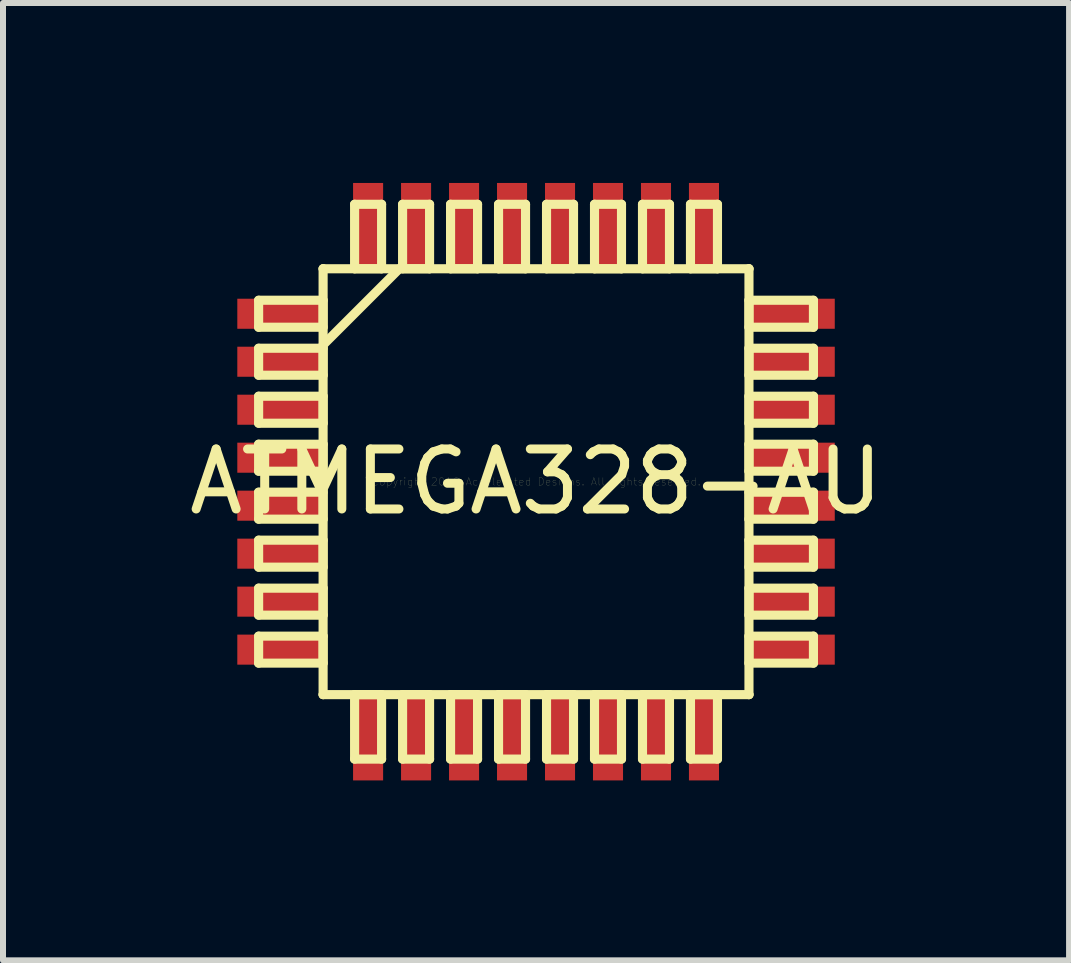
<source format=kicad_pcb>
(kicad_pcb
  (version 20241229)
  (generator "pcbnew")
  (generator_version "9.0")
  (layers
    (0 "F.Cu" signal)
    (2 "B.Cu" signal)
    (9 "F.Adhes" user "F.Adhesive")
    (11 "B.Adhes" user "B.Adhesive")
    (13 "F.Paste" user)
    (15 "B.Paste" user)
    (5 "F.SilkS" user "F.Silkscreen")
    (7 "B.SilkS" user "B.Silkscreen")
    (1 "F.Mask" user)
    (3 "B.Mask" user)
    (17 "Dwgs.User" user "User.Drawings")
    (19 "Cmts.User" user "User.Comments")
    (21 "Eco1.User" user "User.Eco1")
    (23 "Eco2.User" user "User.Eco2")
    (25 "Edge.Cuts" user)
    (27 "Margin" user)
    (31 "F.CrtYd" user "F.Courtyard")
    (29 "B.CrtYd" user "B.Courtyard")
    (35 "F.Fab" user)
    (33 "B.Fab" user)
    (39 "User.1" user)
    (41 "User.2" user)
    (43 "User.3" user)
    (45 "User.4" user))
  (footprint "ATMEGA328-AU"
    (layer "F.Cu")
    (at 5.887 4.981)
    (property "Reference" "ATMEGA328-AU" (at 0 0 0) (layer "F.SilkS") (effects (font (size 1 1) (thickness 0.15))))
    (attr through_hole)
    (fp_line (start -4.625 -3.025) (end -4.625 -2.575) (stroke (width 0.152) (type solid)) (layer "F.SilkS"))
    (fp_line (start -4.625 -2.575) (end -3.55 -2.575) (stroke (width 0.152) (type solid)) (layer "F.SilkS"))
    (fp_line (start -4.625 -2.225) (end -4.625 -1.775) (stroke (width 0.152) (type solid)) (layer "F.SilkS"))
    (fp_line (start -4.625 -1.775) (end -3.55 -1.775) (stroke (width 0.152) (type solid)) (layer "F.SilkS"))
    (fp_line (start -4.625 -1.425) (end -4.625 -0.975) (stroke (width 0.152) (type solid)) (layer "F.SilkS"))
    (fp_line (start -4.625 -0.975) (end -3.55 -0.975) (stroke (width 0.152) (type solid)) (layer "F.SilkS"))
    (fp_line (start -4.625 -0.625) (end -4.625 -0.175) (stroke (width 0.152) (type solid)) (layer "F.SilkS"))
    (fp_line (start -4.625 -0.175) (end -3.55 -0.175) (stroke (width 0.152) (type solid)) (layer "F.SilkS"))
    (fp_line (start -4.625 0.175) (end -4.625 0.625) (stroke (width 0.152) (type solid)) (layer "F.SilkS"))
    (fp_line (start -4.625 0.625) (end -3.55 0.625) (stroke (width 0.152) (type solid)) (layer "F.SilkS"))
    (fp_line (start -4.625 0.975) (end -4.625 1.425) (stroke (width 0.152) (type solid)) (layer "F.SilkS"))
    (fp_line (start -4.625 1.425) (end -3.55 1.425) (stroke (width 0.152) (type solid)) (layer "F.SilkS"))
    (fp_line (start -4.625 1.775) (end -4.625 2.225) (stroke (width 0.152) (type solid)) (layer "F.SilkS"))
    (fp_line (start -4.625 2.225) (end -3.55 2.225) (stroke (width 0.152) (type solid)) (layer "F.SilkS"))
    (fp_line (start -4.625 2.575) (end -4.625 3.025) (stroke (width 0.152) (type solid)) (layer "F.SilkS"))
    (fp_line (start -4.625 3.025) (end -3.55 3.025) (stroke (width 0.152) (type solid)) (layer "F.SilkS"))
    (fp_line (start -3.55 -3.55) (end -3.55 -3.55) (stroke (width 0.152) (type solid)) (layer "F.SilkS"))
    (fp_line (start -3.55 -3.55) (end -3.55 3.55) (stroke (width 0.152) (type solid)) (layer "F.SilkS"))
    (fp_line (start -3.55 -3.025) (end -4.625 -3.025) (stroke (width 0.152) (type solid)) (layer "F.SilkS"))
    (fp_line (start -3.55 -2.575) (end -3.55 -3.025) (stroke (width 0.152) (type solid)) (layer "F.SilkS"))
    (fp_line (start -3.55 -2.28) (end -2.28 -3.55) (stroke (width 0.152) (type solid)) (layer "F.SilkS"))
    (fp_line (start -3.55 -2.225) (end -4.625 -2.225) (stroke (width 0.152) (type solid)) (layer "F.SilkS"))
    (fp_line (start -3.55 -1.775) (end -3.55 -2.225) (stroke (width 0.152) (type solid)) (layer "F.SilkS"))
    (fp_line (start -3.55 -1.425) (end -4.625 -1.425) (stroke (width 0.152) (type solid)) (layer "F.SilkS"))
    (fp_line (start -3.55 -0.975) (end -3.55 -1.425) (stroke (width 0.152) (type solid)) (layer "F.SilkS"))
    (fp_line (start -3.55 -0.625) (end -4.625 -0.625) (stroke (width 0.152) (type solid)) (layer "F.SilkS"))
    (fp_line (start -3.55 -0.175) (end -3.55 -0.625) (stroke (width 0.152) (type solid)) (layer "F.SilkS"))
    (fp_line (start -3.55 0.175) (end -4.625 0.175) (stroke (width 0.152) (type solid)) (layer "F.SilkS"))
    (fp_line (start -3.55 0.625) (end -3.55 0.175) (stroke (width 0.152) (type solid)) (layer "F.SilkS"))
    (fp_line (start -3.55 0.975) (end -4.625 0.975) (stroke (width 0.152) (type solid)) (layer "F.SilkS"))
    (fp_line (start -3.55 1.425) (end -3.55 0.975) (stroke (width 0.152) (type solid)) (layer "F.SilkS"))
    (fp_line (start -3.55 1.775) (end -4.625 1.775) (stroke (width 0.152) (type solid)) (layer "F.SilkS"))
    (fp_line (start -3.55 2.225) (end -3.55 1.775) (stroke (width 0.152) (type solid)) (layer "F.SilkS"))
    (fp_line (start -3.55 2.575) (end -4.625 2.575) (stroke (width 0.152) (type solid)) (layer "F.SilkS"))
    (fp_line (start -3.55 3.025) (end -3.55 2.575) (stroke (width 0.152) (type solid)) (layer "F.SilkS"))
    (fp_line (start -3.55 3.55) (end -3.55 3.55) (stroke (width 0.152) (type solid)) (layer "F.SilkS"))
    (fp_line (start -3.55 3.55) (end 3.55 3.55) (stroke (width 0.152) (type solid)) (layer "F.SilkS"))
    (fp_line (start -3.025 -4.625) (end -3.025 -3.55) (stroke (width 0.152) (type solid)) (layer "F.SilkS"))
    (fp_line (start -3.025 -3.55) (end -2.575 -3.55) (stroke (width 0.152) (type solid)) (layer "F.SilkS"))
    (fp_line (start -3.025 3.55) (end -3.025 4.625) (stroke (width 0.152) (type solid)) (layer "F.SilkS"))
    (fp_line (start -3.025 4.625) (end -2.575 4.625) (stroke (width 0.152) (type solid)) (layer "F.SilkS"))
    (fp_line (start -2.575 3.55) (end -3.025 3.55) (stroke (width 0.152) (type solid)) (layer "F.SilkS"))
    (fp_line (start -2.575 4.625) (end -2.575 3.55) (stroke (width 0.152) (type solid)) (layer "F.SilkS"))
    (fp_line (start -2.575 -4.625) (end -3.025 -4.625) (stroke (width 0.152) (type solid)) (layer "F.SilkS"))
    (fp_line (start -2.575 -3.55) (end -2.575 -4.625) (stroke (width 0.152) (type solid)) (layer "F.SilkS"))
    (fp_line (start -2.225 -4.625) (end -2.225 -3.55) (stroke (width 0.152) (type solid)) (layer "F.SilkS"))
    (fp_line (start -2.225 -3.55) (end -1.775 -3.55) (stroke (width 0.152) (type solid)) (layer "F.SilkS"))
    (fp_line (start -2.225 3.55) (end -2.225 4.625) (stroke (width 0.152) (type solid)) (layer "F.SilkS"))
    (fp_line (start -2.225 4.625) (end -1.775 4.625) (stroke (width 0.152) (type solid)) (layer "F.SilkS"))
    (fp_line (start -1.775 -4.625) (end -2.225 -4.625) (stroke (width 0.152) (type solid)) (layer "F.SilkS"))
    (fp_line (start -1.775 -3.55) (end -1.775 -4.625) (stroke (width 0.152) (type solid)) (layer "F.SilkS"))
    (fp_line (start -1.775 3.55) (end -2.225 3.55) (stroke (width 0.152) (type solid)) (layer "F.SilkS"))
    (fp_line (start -1.775 4.625) (end -1.775 3.55) (stroke (width 0.152) (type solid)) (layer "F.SilkS"))
    (fp_line (start -1.425 -4.625) (end -1.425 -3.55) (stroke (width 0.152) (type solid)) (layer "F.SilkS"))
    (fp_line (start -1.425 -3.55) (end -0.975 -3.55) (stroke (width 0.152) (type solid)) (layer "F.SilkS"))
    (fp_line (start -1.425 3.55) (end -1.425 4.625) (stroke (width 0.152) (type solid)) (layer "F.SilkS"))
    (fp_line (start -1.425 4.625) (end -0.975 4.625) (stroke (width 0.152) (type solid)) (layer "F.SilkS"))
    (fp_line (start -0.975 -4.625) (end -1.425 -4.625) (stroke (width 0.152) (type solid)) (layer "F.SilkS"))
    (fp_line (start -0.975 -3.55) (end -0.975 -4.625) (stroke (width 0.152) (type solid)) (layer "F.SilkS"))
    (fp_line (start -0.975 3.55) (end -1.425 3.55) (stroke (width 0.152) (type solid)) (layer "F.SilkS"))
    (fp_line (start -0.975 4.625) (end -0.975 3.55) (stroke (width 0.152) (type solid)) (layer "F.SilkS"))
    (fp_line (start -0.625 -4.625) (end -0.625 -3.55) (stroke (width 0.152) (type solid)) (layer "F.SilkS"))
    (fp_line (start -0.625 -3.55) (end -0.175 -3.55) (stroke (width 0.152) (type solid)) (layer "F.SilkS"))
    (fp_line (start -0.625 3.55) (end -0.625 4.625) (stroke (width 0.152) (type solid)) (layer "F.SilkS"))
    (fp_line (start -0.625 4.625) (end -0.175 4.625) (stroke (width 0.152) (type solid)) (layer "F.SilkS"))
    (fp_line (start -0.175 -4.625) (end -0.625 -4.625) (stroke (width 0.152) (type solid)) (layer "F.SilkS"))
    (fp_line (start -0.175 -3.55) (end -0.175 -4.625) (stroke (width 0.152) (type solid)) (layer "F.SilkS"))
    (fp_line (start -0.175 3.55) (end -0.625 3.55) (stroke (width 0.152) (type solid)) (layer "F.SilkS"))
    (fp_line (start -0.175 4.625) (end -0.175 3.55) (stroke (width 0.152) (type solid)) (layer "F.SilkS"))
    (fp_line (start 0.175 -4.625) (end 0.175 -3.55) (stroke (width 0.152) (type solid)) (layer "F.SilkS"))
    (fp_line (start 0.175 -3.55) (end 0.625 -3.55) (stroke (width 0.152) (type solid)) (layer "F.SilkS"))
    (fp_line (start 0.175 3.55) (end 0.175 4.625) (stroke (width 0.152) (type solid)) (layer "F.SilkS"))
    (fp_line (start 0.175 4.625) (end 0.625 4.625) (stroke (width 0.152) (type solid)) (layer "F.SilkS"))
    (fp_line (start 0.625 -4.625) (end 0.175 -4.625) (stroke (width 0.152) (type solid)) (layer "F.SilkS"))
    (fp_line (start 0.625 -3.55) (end 0.625 -4.625) (stroke (width 0.152) (type solid)) (layer "F.SilkS"))
    (fp_line (start 0.625 3.55) (end 0.175 3.55) (stroke (width 0.152) (type solid)) (layer "F.SilkS"))
    (fp_line (start 0.625 4.625) (end 0.625 3.55) (stroke (width 0.152) (type solid)) (layer "F.SilkS"))
    (fp_line (start 0.975 -4.625) (end 0.975 -3.55) (stroke (width 0.152) (type solid)) (layer "F.SilkS"))
    (fp_line (start 0.975 -3.55) (end 1.425 -3.55) (stroke (width 0.152) (type solid)) (layer "F.SilkS"))
    (fp_line (start 0.975 3.55) (end 0.975 4.625) (stroke (width 0.152) (type solid)) (layer "F.SilkS"))
    (fp_line (start 0.975 4.625) (end 1.425 4.625) (stroke (width 0.152) (type solid)) (layer "F.SilkS"))
    (fp_line (start 1.425 -4.625) (end 0.975 -4.625) (stroke (width 0.152) (type solid)) (layer "F.SilkS"))
    (fp_line (start 1.425 -3.55) (end 1.425 -4.625) (stroke (width 0.152) (type solid)) (layer "F.SilkS"))
    (fp_line (start 1.425 3.55) (end 0.975 3.55) (stroke (width 0.152) (type solid)) (layer "F.SilkS"))
    (fp_line (start 1.425 4.625) (end 1.425 3.55) (stroke (width 0.152) (type solid)) (layer "F.SilkS"))
    (fp_line (start 1.775 -4.625) (end 1.775 -3.55) (stroke (width 0.152) (type solid)) (layer "F.SilkS"))
    (fp_line (start 1.775 -3.55) (end 2.225 -3.55) (stroke (width 0.152) (type solid)) (layer "F.SilkS"))
    (fp_line (start 1.775 3.55) (end 1.775 4.625) (stroke (width 0.152) (type solid)) (layer "F.SilkS"))
    (fp_line (start 1.775 4.625) (end 2.225 4.625) (stroke (width 0.152) (type solid)) (layer "F.SilkS"))
    (fp_line (start 2.225 -4.625) (end 1.775 -4.625) (stroke (width 0.152) (type solid)) (layer "F.SilkS"))
    (fp_line (start 2.225 -3.55) (end 2.225 -4.625) (stroke (width 0.152) (type solid)) (layer "F.SilkS"))
    (fp_line (start 2.225 3.55) (end 1.775 3.55) (stroke (width 0.152) (type solid)) (layer "F.SilkS"))
    (fp_line (start 2.225 4.625) (end 2.225 3.55) (stroke (width 0.152) (type solid)) (layer "F.SilkS"))
    (fp_line (start 2.575 3.55) (end 2.575 4.625) (stroke (width 0.152) (type solid)) (layer "F.SilkS"))
    (fp_line (start 2.575 4.625) (end 3.025 4.625) (stroke (width 0.152) (type solid)) (layer "F.SilkS"))
    (fp_line (start 2.575 -4.625) (end 2.575 -3.55) (stroke (width 0.152) (type solid)) (layer "F.SilkS"))
    (fp_line (start 2.575 -3.55) (end 3.025 -3.55) (stroke (width 0.152) (type solid)) (layer "F.SilkS"))
    (fp_line (start 3.025 -4.625) (end 2.575 -4.625) (stroke (width 0.152) (type solid)) (layer "F.SilkS"))
    (fp_line (start 3.025 -3.55) (end 3.025 -4.625) (stroke (width 0.152) (type solid)) (layer "F.SilkS"))
    (fp_line (start 3.025 3.55) (end 2.575 3.55) (stroke (width 0.152) (type solid)) (layer "F.SilkS"))
    (fp_line (start 3.025 4.625) (end 3.025 3.55) (stroke (width 0.152) (type solid)) (layer "F.SilkS"))
    (fp_line (start 3.55 -3.55) (end -3.55 -3.55) (stroke (width 0.152) (type solid)) (layer "F.SilkS"))
    (fp_line (start 3.55 -3.55) (end 3.55 -3.55) (stroke (width 0.152) (type solid)) (layer "F.SilkS"))
    (fp_line (start 3.55 -3.025) (end 3.55 -2.575) (stroke (width 0.152) (type solid)) (layer "F.SilkS"))
    (fp_line (start 3.55 -2.575) (end 4.625 -2.575) (stroke (width 0.152) (type solid)) (layer "F.SilkS"))
    (fp_line (start 3.55 -2.225) (end 3.55 -1.775) (stroke (width 0.152) (type solid)) (layer "F.SilkS"))
    (fp_line (start 3.55 -1.775) (end 4.625 -1.775) (stroke (width 0.152) (type solid)) (layer "F.SilkS"))
    (fp_line (start 3.55 -1.425) (end 3.55 -0.975) (stroke (width 0.152) (type solid)) (layer "F.SilkS"))
    (fp_line (start 3.55 -0.975) (end 4.625 -0.975) (stroke (width 0.152) (type solid)) (layer "F.SilkS"))
    (fp_line (start 3.55 -0.625) (end 3.55 -0.175) (stroke (width 0.152) (type solid)) (layer "F.SilkS"))
    (fp_line (start 3.55 -0.175) (end 4.625 -0.175) (stroke (width 0.152) (type solid)) (layer "F.SilkS"))
    (fp_line (start 3.55 0.175) (end 3.55 0.625) (stroke (width 0.152) (type solid)) (layer "F.SilkS"))
    (fp_line (start 3.55 0.625) (end 4.625 0.625) (stroke (width 0.152) (type solid)) (layer "F.SilkS"))
    (fp_line (start 3.55 0.975) (end 3.55 1.425) (stroke (width 0.152) (type solid)) (layer "F.SilkS"))
    (fp_line (start 3.55 1.425) (end 4.625 1.425) (stroke (width 0.152) (type solid)) (layer "F.SilkS"))
    (fp_line (start 3.55 1.775) (end 3.55 2.225) (stroke (width 0.152) (type solid)) (layer "F.SilkS"))
    (fp_line (start 3.55 2.225) (end 4.625 2.225) (stroke (width 0.152) (type solid)) (layer "F.SilkS"))
    (fp_line (start 3.55 2.575) (end 3.55 3.025) (stroke (width 0.152) (type solid)) (layer "F.SilkS"))
    (fp_line (start 3.55 3.025) (end 4.625 3.025) (stroke (width 0.152) (type solid)) (layer "F.SilkS"))
    (fp_line (start 3.55 3.55) (end 3.55 -3.55) (stroke (width 0.152) (type solid)) (layer "F.SilkS"))
    (fp_line (start 3.55 3.55) (end 3.55 3.55) (stroke (width 0.152) (type solid)) (layer "F.SilkS"))
    (fp_line (start 4.625 -3.025) (end 3.55 -3.025) (stroke (width 0.152) (type solid)) (layer "F.SilkS"))
    (fp_line (start 4.625 -2.575) (end 4.625 -3.025) (stroke (width 0.152) (type solid)) (layer "F.SilkS"))
    (fp_line (start 4.625 -2.225) (end 3.55 -2.225) (stroke (width 0.152) (type solid)) (layer "F.SilkS"))
    (fp_line (start 4.625 -1.775) (end 4.625 -2.225) (stroke (width 0.152) (type solid)) (layer "F.SilkS"))
    (fp_line (start 4.625 -1.425) (end 3.55 -1.425) (stroke (width 0.152) (type solid)) (layer "F.SilkS"))
    (fp_line (start 4.625 -0.975) (end 4.625 -1.425) (stroke (width 0.152) (type solid)) (layer "F.SilkS"))
    (fp_line (start 4.625 -0.625) (end 3.55 -0.625) (stroke (width 0.152) (type solid)) (layer "F.SilkS"))
    (fp_line (start 4.625 -0.175) (end 4.625 -0.625) (stroke (width 0.152) (type solid)) (layer "F.SilkS"))
    (fp_line (start 4.625 0.175) (end 3.55 0.175) (stroke (width 0.152) (type solid)) (layer "F.SilkS"))
    (fp_line (start 4.625 0.625) (end 4.625 0.175) (stroke (width 0.152) (type solid)) (layer "F.SilkS"))
    (fp_line (start 4.625 0.975) (end 3.55 0.975) (stroke (width 0.152) (type solid)) (layer "F.SilkS"))
    (fp_line (start 4.625 1.425) (end 4.625 0.975) (stroke (width 0.152) (type solid)) (layer "F.SilkS"))
    (fp_line (start 4.625 1.775) (end 3.55 1.775) (stroke (width 0.152) (type solid)) (layer "F.SilkS"))
    (fp_line (start 4.625 2.225) (end 4.625 1.775) (stroke (width 0.152) (type solid)) (layer "F.SilkS"))
    (fp_line (start 4.625 2.575) (end 3.55 2.575) (stroke (width 0.152) (type solid)) (layer "F.SilkS"))
    (fp_line (start 4.625 3.025) (end 4.625 2.575) (stroke (width 0.152) (type solid)) (layer "F.SilkS"))
    (fp_text user "Copyright 2016 Accelerated Designs. All rights reserved." (at 0 0 0) (layer "F.SilkS") (effects (font (size 0.127 0.127) (thickness 0.002))))
    (pad "1" smd rect (at -4.25 -2.8 90) (size 0.501 1.461) (layers "F.Cu" "F.Mask" "F.Paste"))
    (pad "2" smd rect (at -4.25 -2 90) (size 0.501 1.461) (layers "F.Cu" "F.Mask" "F.Paste"))
    (pad "3" smd rect (at -4.25 -1.2 90) (size 0.501 1.461) (layers "F.Cu" "F.Mask" "F.Paste"))
    (pad "4" smd rect (at -4.25 -0.4 90) (size 0.501 1.461) (layers "F.Cu" "F.Mask" "F.Paste"))
    (pad "5" smd rect (at -4.25 0.4 90) (size 0.501 1.461) (layers "F.Cu" "F.Mask" "F.Paste"))
    (pad "6" smd rect (at -4.25 1.2 90) (size 0.501 1.461) (layers "F.Cu" "F.Mask" "F.Paste"))
    (pad "7" smd rect (at -4.25 2 90) (size 0.501 1.461) (layers "F.Cu" "F.Mask" "F.Paste"))
    (pad "8" smd rect (at -4.25 2.8 90) (size 0.501 1.461) (layers "F.Cu" "F.Mask" "F.Paste"))
    (pad "9" smd rect (at -2.8 4.25) (size 0.501 1.461) (layers "F.Cu" "F.Mask" "F.Paste"))
    (pad "10" smd rect (at -2 4.25) (size 0.501 1.461) (layers "F.Cu" "F.Mask" "F.Paste"))
    (pad "11" smd rect (at -1.2 4.25) (size 0.501 1.461) (layers "F.Cu" "F.Mask" "F.Paste"))
    (pad "12" smd rect (at -0.4 4.25) (size 0.501 1.461) (layers "F.Cu" "F.Mask" "F.Paste"))
    (pad "13" smd rect (at 0.4 4.25) (size 0.501 1.461) (layers "F.Cu" "F.Mask" "F.Paste"))
    (pad "14" smd rect (at 1.2 4.25) (size 0.501 1.461) (layers "F.Cu" "F.Mask" "F.Paste"))
    (pad "15" smd rect (at 2 4.25) (size 0.501 1.461) (layers "F.Cu" "F.Mask" "F.Paste"))
    (pad "16" smd rect (at 2.8 4.25) (size 0.501 1.461) (layers "F.Cu" "F.Mask" "F.Paste"))
    (pad "17" smd rect (at 4.25 2.8 90) (size 0.501 1.461) (layers "F.Cu" "F.Mask" "F.Paste"))
    (pad "18" smd rect (at 4.25 2 90) (size 0.501 1.461) (layers "F.Cu" "F.Mask" "F.Paste"))
    (pad "19" smd rect (at 4.25 1.2 90) (size 0.501 1.461) (layers "F.Cu" "F.Mask" "F.Paste"))
    (pad "20" smd rect (at 4.25 0.4 90) (size 0.501 1.461) (layers "F.Cu" "F.Mask" "F.Paste"))
    (pad "21" smd rect (at 4.25 -0.4 90) (size 0.501 1.461) (layers "F.Cu" "F.Mask" "F.Paste"))
    (pad "22" smd rect (at 4.25 -1.2 90) (size 0.501 1.461) (layers "F.Cu" "F.Mask" "F.Paste"))
    (pad "23" smd rect (at 4.25 -2 90) (size 0.501 1.461) (layers "F.Cu" "F.Mask" "F.Paste"))
    (pad "24" smd rect (at 4.25 -2.8 90) (size 0.501 1.461) (layers "F.Cu" "F.Mask" "F.Paste"))
    (pad "25" smd rect (at 2.8 -4.25) (size 0.501 1.461) (layers "F.Cu" "F.Mask" "F.Paste"))
    (pad "26" smd rect (at 2 -4.25) (size 0.501 1.461) (layers "F.Cu" "F.Mask" "F.Paste"))
    (pad "27" smd rect (at 1.2 -4.25) (size 0.501 1.461) (layers "F.Cu" "F.Mask" "F.Paste"))
    (pad "28" smd rect (at 0.4 -4.25) (size 0.501 1.461) (layers "F.Cu" "F.Mask" "F.Paste"))
    (pad "29" smd rect (at -0.4 -4.25) (size 0.501 1.461) (layers "F.Cu" "F.Mask" "F.Paste"))
    (pad "30" smd rect (at -1.2 -4.25) (size 0.501 1.461) (layers "F.Cu" "F.Mask" "F.Paste"))
    (pad "31" smd rect (at -2 -4.25) (size 0.501 1.461) (layers "F.Cu" "F.Mask" "F.Paste"))
    (pad "32" smd rect (at -2.8 -4.25) (size 0.501 1.461) (layers "F.Cu" "F.Mask" "F.Paste")))
  (gr_rect
    (start -3 -3)
    (end 14.774 12.961)
    (stroke (width 0.1) (type default))
    (fill no)
    (layer "Edge.Cuts")))
</source>
